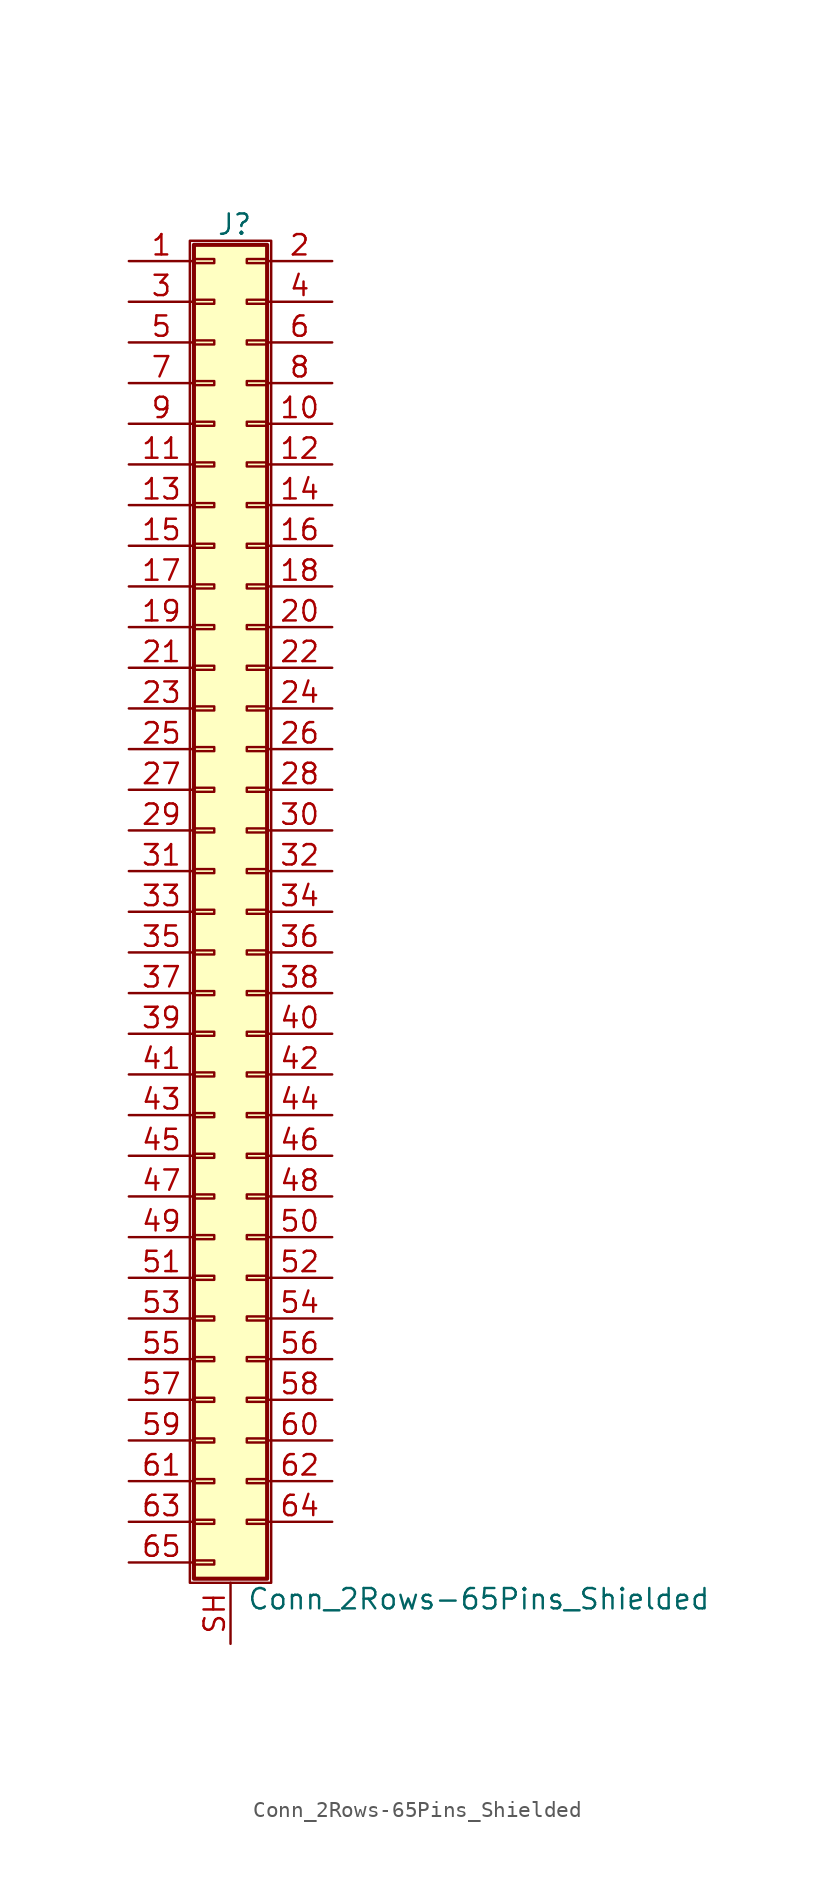
<source format=kicad_sym>
(kicad_symbol_lib
  (version 20201005)
  (generator kicad_symbol_editor)
  (symbol "Connector_Generic_Shielded:Conn_2Rows-65Pins_Shielded"
    (pin_names
      (offset 1.016) hide)
    (property "Reference" "J"
      (at 1.524 42.926 0)
      (effects (font (size 1.27 1.27))))
    (property "Value" "Conn_2Rows-65Pins_Shielded"
      (at 2.286 -42.926 0)
      (effects (font (size 1.27 1.27)) (justify left)))
    (symbol "Conn_2Rows-65Pins_Shielded_1_1"
      (rectangle (start -1.016 -27.813) (end 0.254 -28.067) (stroke (width 0.152)) (fill (type none)))
      (rectangle (start -1.016 -30.353) (end 0.254 -30.607) (stroke (width 0.152)) (fill (type none)))
      (rectangle (start -1.016 -32.893) (end 0.254 -33.147) (stroke (width 0.152)) (fill (type none)))
      (rectangle (start -1.016 -35.433) (end 0.254 -35.687) (stroke (width 0.152)) (fill (type none)))
      (rectangle (start -1.016 -37.973) (end 0.254 -38.227) (stroke (width 0.152)) (fill (type none)))
      (rectangle (start -1.016 -40.513) (end 0.254 -40.767) (stroke (width 0.152)) (fill (type none)))
      (rectangle (start -1.016 -4.953) (end 0.254 -5.207) (stroke (width 0.152)) (fill (type none)))
      (rectangle (start -1.016 -7.493) (end 0.254 -7.747) (stroke (width 0.152)) (fill (type none)))
      (rectangle (start -1.016 -10.033) (end 0.254 -10.287) (stroke (width 0.152)) (fill (type none)))
      (rectangle (start -1.016 -12.573) (end 0.254 -12.827) (stroke (width 0.152)) (fill (type none)))
      (rectangle (start -1.016 -15.113) (end 0.254 -15.367) (stroke (width 0.152)) (fill (type none)))
      (rectangle (start -1.016 -17.653) (end 0.254 -17.907) (stroke (width 0.152)) (fill (type none)))
      (rectangle (start -1.016 -20.193) (end 0.254 -20.447) (stroke (width 0.152)) (fill (type none)))
      (rectangle (start -1.016 -22.733) (end 0.254 -22.987) (stroke (width 0.152)) (fill (type none)))
      (rectangle (start -1.016 -2.413) (end 0.254 -2.667) (stroke (width 0.152)) (fill (type none)))
      (rectangle (start -1.016 -25.273) (end 0.254 -25.527) (stroke (width 0.152)) (fill (type none)))
      (rectangle (start -1.016 25.527) (end 0.254 25.273) (stroke (width 0.152)) (fill (type none)))
      (rectangle (start -1.016 2.667) (end 0.254 2.413) (stroke (width 0.152)) (fill (type none)))
      (rectangle (start -1.016 28.067) (end 0.254 27.813) (stroke (width 0.152)) (fill (type none)))
      (rectangle (start -1.016 30.607) (end 0.254 30.353) (stroke (width 0.152)) (fill (type none)))
      (rectangle (start -1.016 33.147) (end 0.254 32.893) (stroke (width 0.152)) (fill (type none)))
      (rectangle (start -1.016 35.687) (end 0.254 35.433) (stroke (width 0.152)) (fill (type none)))
      (rectangle (start -1.016 38.227) (end 0.254 37.973) (stroke (width 0.152)) (fill (type none)))
      (rectangle (start -1.016 40.767) (end 0.254 40.513) (stroke (width 0.152)) (fill (type none)))
      (rectangle (start -1.016 41.656) (end 3.556 -41.656) (stroke (width 0.254)) (fill (type background)))
      (rectangle (start -1.016 5.207) (end 0.254 4.953) (stroke (width 0.152)) (fill (type none)))
      (rectangle (start -1.016 7.747) (end 0.254 7.493) (stroke (width 0.152)) (fill (type none)))
      (rectangle (start -1.016 10.287) (end 0.254 10.033) (stroke (width 0.152)) (fill (type none)))
      (rectangle (start -1.016 0.127) (end 0.254 -0.127) (stroke (width 0.152)) (fill (type none)))
      (rectangle (start -1.016 12.827) (end 0.254 12.573) (stroke (width 0.152)) (fill (type none)))
      (rectangle (start -1.016 15.367) (end 0.254 15.113) (stroke (width 0.152)) (fill (type none)))
      (rectangle (start -1.016 17.907) (end 0.254 17.653) (stroke (width 0.152)) (fill (type none)))
      (rectangle (start -1.016 20.447) (end 0.254 20.193) (stroke (width 0.152)) (fill (type none)))
      (rectangle (start -1.016 22.987) (end 0.254 22.733) (stroke (width 0.152)) (fill (type none)))
      (rectangle (start -1.27 41.91) (end 3.81 -41.91) (stroke (width 0.152)) (fill (type none)))
      (rectangle (start 3.556 -27.813) (end 2.286 -28.067) (stroke (width 0.152)) (fill (type none)))
      (rectangle (start 3.556 -30.353) (end 2.286 -30.607) (stroke (width 0.152)) (fill (type none)))
      (rectangle (start 3.556 -32.893) (end 2.286 -33.147) (stroke (width 0.152)) (fill (type none)))
      (rectangle (start 3.556 -35.433) (end 2.286 -35.687) (stroke (width 0.152)) (fill (type none)))
      (rectangle (start 3.556 -37.973) (end 2.286 -38.227) (stroke (width 0.152)) (fill (type none)))
      (rectangle (start 3.556 -4.953) (end 2.286 -5.207) (stroke (width 0.152)) (fill (type none)))
      (rectangle (start 3.556 -7.493) (end 2.286 -7.747) (stroke (width 0.152)) (fill (type none)))
      (rectangle (start 3.556 -10.033) (end 2.286 -10.287) (stroke (width 0.152)) (fill (type none)))
      (rectangle (start 3.556 -12.573) (end 2.286 -12.827) (stroke (width 0.152)) (fill (type none)))
      (rectangle (start 3.556 -15.113) (end 2.286 -15.367) (stroke (width 0.152)) (fill (type none)))
      (rectangle (start 3.556 -17.653) (end 2.286 -17.907) (stroke (width 0.152)) (fill (type none)))
      (rectangle (start 3.556 -20.193) (end 2.286 -20.447) (stroke (width 0.152)) (fill (type none)))
      (rectangle (start 3.556 -22.733) (end 2.286 -22.987) (stroke (width 0.152)) (fill (type none)))
      (rectangle (start 3.556 -2.413) (end 2.286 -2.667) (stroke (width 0.152)) (fill (type none)))
      (rectangle (start 3.556 -25.273) (end 2.286 -25.527) (stroke (width 0.152)) (fill (type none)))
      (rectangle (start 3.556 25.527) (end 2.286 25.273) (stroke (width 0.152)) (fill (type none)))
      (rectangle (start 3.556 2.667) (end 2.286 2.413) (stroke (width 0.152)) (fill (type none)))
      (rectangle (start 3.556 28.067) (end 2.286 27.813) (stroke (width 0.152)) (fill (type none)))
      (rectangle (start 3.556 30.607) (end 2.286 30.353) (stroke (width 0.152)) (fill (type none)))
      (rectangle (start 3.556 33.147) (end 2.286 32.893) (stroke (width 0.152)) (fill (type none)))
      (rectangle (start 3.556 35.687) (end 2.286 35.433) (stroke (width 0.152)) (fill (type none)))
      (rectangle (start 3.556 38.227) (end 2.286 37.973) (stroke (width 0.152)) (fill (type none)))
      (rectangle (start 3.556 40.767) (end 2.286 40.513) (stroke (width 0.152)) (fill (type none)))
      (rectangle (start 3.556 5.207) (end 2.286 4.953) (stroke (width 0.152)) (fill (type none)))
      (rectangle (start 3.556 7.747) (end 2.286 7.493) (stroke (width 0.152)) (fill (type none)))
      (rectangle (start 3.556 10.287) (end 2.286 10.033) (stroke (width 0.152)) (fill (type none)))
      (rectangle (start 3.556 0.127) (end 2.286 -0.127) (stroke (width 0.152)) (fill (type none)))
      (rectangle (start 3.556 12.827) (end 2.286 12.573) (stroke (width 0.152)) (fill (type none)))
      (rectangle (start 3.556 15.367) (end 2.286 15.113) (stroke (width 0.152)) (fill (type none)))
      (rectangle (start 3.556 17.907) (end 2.286 17.653) (stroke (width 0.152)) (fill (type none)))
      (rectangle (start 3.556 20.447) (end 2.286 20.193) (stroke (width 0.152)) (fill (type none)))
      (rectangle (start 3.556 22.987) (end 2.286 22.733) (stroke (width 0.152)) (fill (type none)))
      (pin passive line (at -5.08 40.64 0) (length 4.064) (name "Pin_1" (effects (font (size 1.27 1.27)))) (number "1" (effects (font (size 1.27 1.27)))))
      (pin passive line (at 7.62 30.48 180) (length 4.064) (name "Pin_10" (effects (font (size 1.27 1.27)))) (number "10" (effects (font (size 1.27 1.27)))))
      (pin passive line (at -5.08 27.94 0) (length 4.064) (name "Pin_11" (effects (font (size 1.27 1.27)))) (number "11" (effects (font (size 1.27 1.27)))))
      (pin passive line (at 7.62 27.94 180) (length 4.064) (name "Pin_12" (effects (font (size 1.27 1.27)))) (number "12" (effects (font (size 1.27 1.27)))))
      (pin passive line (at -5.08 25.4 0) (length 4.064) (name "Pin_13" (effects (font (size 1.27 1.27)))) (number "13" (effects (font (size 1.27 1.27)))))
      (pin passive line (at 7.62 25.4 180) (length 4.064) (name "Pin_14" (effects (font (size 1.27 1.27)))) (number "14" (effects (font (size 1.27 1.27)))))
      (pin passive line (at -5.08 22.86 0) (length 4.064) (name "Pin_15" (effects (font (size 1.27 1.27)))) (number "15" (effects (font (size 1.27 1.27)))))
      (pin passive line (at 7.62 22.86 180) (length 4.064) (name "Pin_16" (effects (font (size 1.27 1.27)))) (number "16" (effects (font (size 1.27 1.27)))))
      (pin passive line (at -5.08 20.32 0) (length 4.064) (name "Pin_17" (effects (font (size 1.27 1.27)))) (number "17" (effects (font (size 1.27 1.27)))))
      (pin passive line (at 7.62 20.32 180) (length 4.064) (name "Pin_18" (effects (font (size 1.27 1.27)))) (number "18" (effects (font (size 1.27 1.27)))))
      (pin passive line (at -5.08 17.78 0) (length 4.064) (name "Pin_19" (effects (font (size 1.27 1.27)))) (number "19" (effects (font (size 1.27 1.27)))))
      (pin passive line (at 7.62 40.64 180) (length 4.064) (name "Pin_2" (effects (font (size 1.27 1.27)))) (number "2" (effects (font (size 1.27 1.27)))))
      (pin passive line (at 7.62 17.78 180) (length 4.064) (name "Pin_20" (effects (font (size 1.27 1.27)))) (number "20" (effects (font (size 1.27 1.27)))))
      (pin passive line (at -5.08 15.24 0) (length 4.064) (name "Pin_21" (effects (font (size 1.27 1.27)))) (number "21" (effects (font (size 1.27 1.27)))))
      (pin passive line (at 7.62 15.24 180) (length 4.064) (name "Pin_22" (effects (font (size 1.27 1.27)))) (number "22" (effects (font (size 1.27 1.27)))))
      (pin passive line (at -5.08 12.7 0) (length 4.064) (name "Pin_23" (effects (font (size 1.27 1.27)))) (number "23" (effects (font (size 1.27 1.27)))))
      (pin passive line (at 7.62 12.7 180) (length 4.064) (name "Pin_24" (effects (font (size 1.27 1.27)))) (number "24" (effects (font (size 1.27 1.27)))))
      (pin passive line (at -5.08 10.16 0) (length 4.064) (name "Pin_25" (effects (font (size 1.27 1.27)))) (number "25" (effects (font (size 1.27 1.27)))))
      (pin passive line (at 7.62 10.16 180) (length 4.064) (name "Pin_26" (effects (font (size 1.27 1.27)))) (number "26" (effects (font (size 1.27 1.27)))))
      (pin passive line (at -5.08 7.62 0) (length 4.064) (name "Pin_27" (effects (font (size 1.27 1.27)))) (number "27" (effects (font (size 1.27 1.27)))))
      (pin passive line (at 7.62 7.62 180) (length 4.064) (name "Pin_28" (effects (font (size 1.27 1.27)))) (number "28" (effects (font (size 1.27 1.27)))))
      (pin passive line (at -5.08 5.08 0) (length 4.064) (name "Pin_29" (effects (font (size 1.27 1.27)))) (number "29" (effects (font (size 1.27 1.27)))))
      (pin passive line (at -5.08 38.1 0) (length 4.064) (name "Pin_3" (effects (font (size 1.27 1.27)))) (number "3" (effects (font (size 1.27 1.27)))))
      (pin passive line (at 7.62 5.08 180) (length 4.064) (name "Pin_30" (effects (font (size 1.27 1.27)))) (number "30" (effects (font (size 1.27 1.27)))))
      (pin passive line (at -5.08 2.54 0) (length 4.064) (name "Pin_31" (effects (font (size 1.27 1.27)))) (number "31" (effects (font (size 1.27 1.27)))))
      (pin passive line (at 7.62 2.54 180) (length 4.064) (name "Pin_32" (effects (font (size 1.27 1.27)))) (number "32" (effects (font (size 1.27 1.27)))))
      (pin passive line (at -5.08 0 0) (length 4.064) (name "Pin_33" (effects (font (size 1.27 1.27)))) (number "33" (effects (font (size 1.27 1.27)))))
      (pin passive line (at 7.62 0 180) (length 4.064) (name "Pin_34" (effects (font (size 1.27 1.27)))) (number "34" (effects (font (size 1.27 1.27)))))
      (pin passive line (at -5.08 -2.54 0) (length 4.064) (name "Pin_35" (effects (font (size 1.27 1.27)))) (number "35" (effects (font (size 1.27 1.27)))))
      (pin passive line (at 7.62 -2.54 180) (length 4.064) (name "Pin_36" (effects (font (size 1.27 1.27)))) (number "36" (effects (font (size 1.27 1.27)))))
      (pin passive line (at -5.08 -5.08 0) (length 4.064) (name "Pin_37" (effects (font (size 1.27 1.27)))) (number "37" (effects (font (size 1.27 1.27)))))
      (pin passive line (at 7.62 -5.08 180) (length 4.064) (name "Pin_38" (effects (font (size 1.27 1.27)))) (number "38" (effects (font (size 1.27 1.27)))))
      (pin passive line (at -5.08 -7.62 0) (length 4.064) (name "Pin_39" (effects (font (size 1.27 1.27)))) (number "39" (effects (font (size 1.27 1.27)))))
      (pin passive line (at 7.62 38.1 180) (length 4.064) (name "Pin_4" (effects (font (size 1.27 1.27)))) (number "4" (effects (font (size 1.27 1.27)))))
      (pin passive line (at 7.62 -7.62 180) (length 4.064) (name "Pin_40" (effects (font (size 1.27 1.27)))) (number "40" (effects (font (size 1.27 1.27)))))
      (pin passive line (at -5.08 -10.16 0) (length 4.064) (name "Pin_41" (effects (font (size 1.27 1.27)))) (number "41" (effects (font (size 1.27 1.27)))))
      (pin passive line (at 7.62 -10.16 180) (length 4.064) (name "Pin_42" (effects (font (size 1.27 1.27)))) (number "42" (effects (font (size 1.27 1.27)))))
      (pin passive line (at -5.08 -12.7 0) (length 4.064) (name "Pin_43" (effects (font (size 1.27 1.27)))) (number "43" (effects (font (size 1.27 1.27)))))
      (pin passive line (at 7.62 -12.7 180) (length 4.064) (name "Pin_44" (effects (font (size 1.27 1.27)))) (number "44" (effects (font (size 1.27 1.27)))))
      (pin passive line (at -5.08 -15.24 0) (length 4.064) (name "Pin_45" (effects (font (size 1.27 1.27)))) (number "45" (effects (font (size 1.27 1.27)))))
      (pin passive line (at 7.62 -15.24 180) (length 4.064) (name "Pin_46" (effects (font (size 1.27 1.27)))) (number "46" (effects (font (size 1.27 1.27)))))
      (pin passive line (at -5.08 -17.78 0) (length 4.064) (name "Pin_47" (effects (font (size 1.27 1.27)))) (number "47" (effects (font (size 1.27 1.27)))))
      (pin passive line (at 7.62 -17.78 180) (length 4.064) (name "Pin_48" (effects (font (size 1.27 1.27)))) (number "48" (effects (font (size 1.27 1.27)))))
      (pin passive line (at -5.08 -20.32 0) (length 4.064) (name "Pin_49" (effects (font (size 1.27 1.27)))) (number "49" (effects (font (size 1.27 1.27)))))
      (pin passive line (at -5.08 35.56 0) (length 4.064) (name "Pin_5" (effects (font (size 1.27 1.27)))) (number "5" (effects (font (size 1.27 1.27)))))
      (pin passive line (at 7.62 -20.32 180) (length 4.064) (name "Pin_50" (effects (font (size 1.27 1.27)))) (number "50" (effects (font (size 1.27 1.27)))))
      (pin passive line (at -5.08 -22.86 0) (length 4.064) (name "Pin_51" (effects (font (size 1.27 1.27)))) (number "51" (effects (font (size 1.27 1.27)))))
      (pin passive line (at 7.62 -22.86 180) (length 4.064) (name "Pin_52" (effects (font (size 1.27 1.27)))) (number "52" (effects (font (size 1.27 1.27)))))
      (pin passive line (at -5.08 -25.4 0) (length 4.064) (name "Pin_53" (effects (font (size 1.27 1.27)))) (number "53" (effects (font (size 1.27 1.27)))))
      (pin passive line (at 7.62 -25.4 180) (length 4.064) (name "Pin_54" (effects (font (size 1.27 1.27)))) (number "54" (effects (font (size 1.27 1.27)))))
      (pin passive line (at -5.08 -27.94 0) (length 4.064) (name "Pin_55" (effects (font (size 1.27 1.27)))) (number "55" (effects (font (size 1.27 1.27)))))
      (pin passive line (at 7.62 -27.94 180) (length 4.064) (name "Pin_56" (effects (font (size 1.27 1.27)))) (number "56" (effects (font (size 1.27 1.27)))))
      (pin passive line (at -5.08 -30.48 0) (length 4.064) (name "Pin_57" (effects (font (size 1.27 1.27)))) (number "57" (effects (font (size 1.27 1.27)))))
      (pin passive line (at 7.62 -30.48 180) (length 4.064) (name "Pin_58" (effects (font (size 1.27 1.27)))) (number "58" (effects (font (size 1.27 1.27)))))
      (pin passive line (at -5.08 -33.02 0) (length 4.064) (name "Pin_59" (effects (font (size 1.27 1.27)))) (number "59" (effects (font (size 1.27 1.27)))))
      (pin passive line (at 7.62 35.56 180) (length 4.064) (name "Pin_6" (effects (font (size 1.27 1.27)))) (number "6" (effects (font (size 1.27 1.27)))))
      (pin passive line (at 7.62 -33.02 180) (length 4.064) (name "Pin_60" (effects (font (size 1.27 1.27)))) (number "60" (effects (font (size 1.27 1.27)))))
      (pin passive line (at -5.08 -35.56 0) (length 4.064) (name "Pin_61" (effects (font (size 1.27 1.27)))) (number "61" (effects (font (size 1.27 1.27)))))
      (pin passive line (at 7.62 -35.56 180) (length 4.064) (name "Pin_62" (effects (font (size 1.27 1.27)))) (number "62" (effects (font (size 1.27 1.27)))))
      (pin passive line (at -5.08 -38.1 0) (length 4.064) (name "Pin_63" (effects (font (size 1.27 1.27)))) (number "63" (effects (font (size 1.27 1.27)))))
      (pin passive line (at 7.62 -38.1 180) (length 4.064) (name "Pin_64" (effects (font (size 1.27 1.27)))) (number "64" (effects (font (size 1.27 1.27)))))
      (pin passive line (at -5.08 -40.64 0) (length 4.064) (name "Pin_65" (effects (font (size 1.27 1.27)))) (number "65" (effects (font (size 1.27 1.27)))))
      (pin passive line (at -5.08 33.02 0) (length 4.064) (name "Pin_7" (effects (font (size 1.27 1.27)))) (number "7" (effects (font (size 1.27 1.27)))))
      (pin passive line (at 7.62 33.02 180) (length 4.064) (name "Pin_8" (effects (font (size 1.27 1.27)))) (number "8" (effects (font (size 1.27 1.27)))))
      (pin passive line (at -5.08 30.48 0) (length 4.064) (name "Pin_9" (effects (font (size 1.27 1.27)))) (number "9" (effects (font (size 1.27 1.27)))))
      (pin passive line (at 1.27 -45.72 90) (length 3.81) (name "Shield" (effects (font (size 1.27 1.27)))) (number "SH" (effects (font (size 1.27 1.27))))))))
</source>
